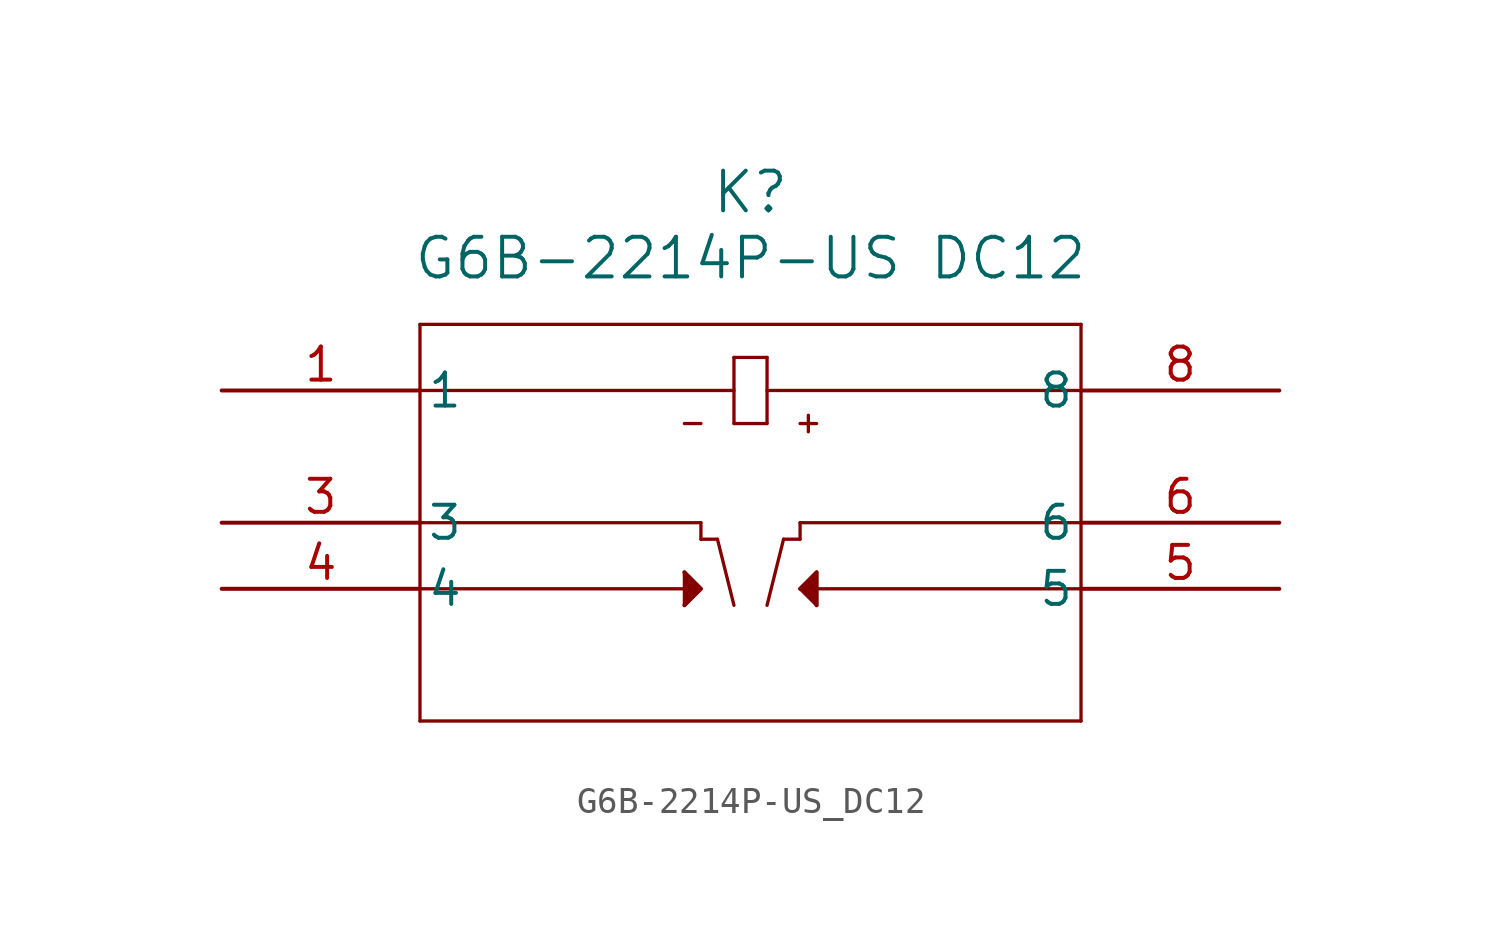
<source format=kicad_sym>
(kicad_symbol_lib
  (version 20211014)
  (generator kicad_symbol_editor)
  (symbol "G6B-2214P-US_DC12"
    (pin_names
      (offset 0.254))
    (property "Reference" "K"
      (at 20.32 7.62 0)
      (effects (font (size 1.524 1.524))))
    (property "Value" "G6B-2214P-US DC12"
      (at 20.32 5.08 0)
      (effects (font (size 1.524 1.524))))
    (symbol "G6B-2214P-US_DC12_0_1"
      (polyline (pts (xy 7.62 2.54) (xy 7.62 -12.7)) (stroke (width 0.127) (type default) (color 0 0 0 0)) (fill (type none)))
      (polyline (pts (xy 7.62 -12.7) (xy 33.02 -12.7)) (stroke (width 0.127) (type default) (color 0 0 0 0)) (fill (type none)))
      (polyline (pts (xy 33.02 -12.7) (xy 33.02 2.54)) (stroke (width 0.127) (type default) (color 0 0 0 0)) (fill (type none)))
      (polyline (pts (xy 33.02 2.54) (xy 7.62 2.54)) (stroke (width 0.127) (type default) (color 0 0 0 0)) (fill (type none)))
      (polyline (pts (xy 7.62 0) (xy 19.685 0)) (stroke (width 0.127) (type default) (color 0 0 0 0)) (fill (type none)))
      (polyline (pts (xy 19.685 1.27) (xy 19.685 -1.27)) (stroke (width 0.127) (type default) (color 0 0 0 0)) (fill (type none)))
      (polyline (pts (xy 20.955 1.27) (xy 20.955 -1.27)) (stroke (width 0.127) (type default) (color 0 0 0 0)) (fill (type none)))
      (polyline (pts (xy 19.685 -1.27) (xy 20.955 -1.27)) (stroke (width 0.127) (type default) (color 0 0 0 0)) (fill (type none)))
      (polyline (pts (xy 19.685 1.27) (xy 20.955 1.27)) (stroke (width 0.127) (type default) (color 0 0 0 0)) (fill (type none)))
      (polyline (pts (xy 20.955 0) (xy 33.02 0)) (stroke (width 0.127) (type default) (color 0 0 0 0)) (fill (type none)))
      (polyline (pts (xy 17.78 -1.27) (xy 18.415 -1.27)) (stroke (width 0.127) (type default) (color 0 0 0 0)) (fill (type none)))
      (polyline (pts (xy 22.225 -1.27) (xy 22.86 -1.27)) (stroke (width 0.127) (type default) (color 0 0 0 0)) (fill (type none)))
      (polyline (pts (xy 22.543 -1.587) (xy 22.543 -0.953)) (stroke (width 0.127) (type default) (color 0 0 0 0)) (fill (type none)))
      (polyline (pts (xy 19.685 -8.255) (xy 19.05 -5.715)) (stroke (width 0.127) (type default) (color 0 0 0 0)) (fill (type none)))
      (polyline (pts (xy 20.955 -8.255) (xy 21.59 -5.715)) (stroke (width 0.127) (type default) (color 0 0 0 0)) (fill (type none)))
      (polyline (pts (xy 18.415 -7.62) (xy 17.78 -6.985)) (stroke (width 0.127) (type default) (color 0 0 0 0)) (fill (type none)))
      (polyline (pts (xy 17.78 -6.985) (xy 17.78 -8.255)) (stroke (width 0.127) (type default) (color 0 0 0 0)) (fill (type none)))
      (polyline (pts (xy 17.78 -8.255) (xy 18.415 -7.62)) (stroke (width 0.127) (type default) (color 0 0 0 0)) (fill (type none)))
      (polyline (pts (xy 22.225 -7.62) (xy 22.86 -6.985)) (stroke (width 0.127) (type default) (color 0 0 0 0)) (fill (type none)))
      (polyline (pts (xy 22.225 -7.62) (xy 22.86 -8.255)) (stroke (width 0.127) (type default) (color 0 0 0 0)) (fill (type none)))
      (polyline (pts (xy 22.86 -6.985) (xy 22.86 -8.255)) (stroke (width 0.127) (type default) (color 0 0 0 0)) (fill (type none)))
      (polyline (pts (xy 22.86 -7.62) (xy 33.02 -7.62)) (stroke (width 0.127) (type default) (color 0 0 0 0)) (fill (type none)))
      (polyline (pts (xy 7.62 -7.62) (xy 17.78 -7.62)) (stroke (width 0.127) (type default) (color 0 0 0 0)) (fill (type none)))
      (polyline (pts (xy 18.415 -5.715) (xy 18.415 -5.08)) (stroke (width 0.127) (type default) (color 0 0 0 0)) (fill (type none)))
      (polyline (pts (xy 22.225 -5.715) (xy 22.225 -5.08)) (stroke (width 0.127) (type default) (color 0 0 0 0)) (fill (type none)))
      (polyline (pts (xy 22.225 -5.08) (xy 33.02 -5.08)) (stroke (width 0.127) (type default) (color 0 0 0 0)) (fill (type none)))
      (polyline (pts (xy 18.415 -5.08) (xy 7.62 -5.08)) (stroke (width 0.127) (type default) (color 0 0 0 0)) (fill (type none)))
      (polyline (pts (xy 17.78 -6.985) (xy 18.415 -7.62) (xy 17.78 -8.255)) (stroke (width 0) (type default) (color 0 0 0 0)) (fill (type outline)))
      (polyline (pts (xy 22.86 -8.255) (xy 22.86 -6.985) (xy 22.225 -7.62)) (stroke (width 0) (type default) (color 0 0 0 0)) (fill (type outline)))
      (polyline (pts (xy 18.415 -5.715) (xy 19.05 -5.715)) (stroke (width 0.127) (type default) (color 0 0 0 0)) (fill (type none)))
      (polyline (pts (xy 21.59 -5.715) (xy 22.225 -5.715)) (stroke (width 0.127) (type default) (color 0 0 0 0)) (fill (type none)))
      (pin unspecified line (at 0 0 0) (length 7.62) (name "1" (effects (font (size 1.27 1.27)))) (number "1" (effects (font (size 1.27 1.27)))))
      (pin unspecified line (at 0 -5.08 0) (length 7.62) (name "3" (effects (font (size 1.27 1.27)))) (number "3" (effects (font (size 1.27 1.27)))))
      (pin unspecified line (at 0 -7.62 0) (length 7.62) (name "4" (effects (font (size 1.27 1.27)))) (number "4" (effects (font (size 1.27 1.27)))))
      (pin unspecified line (at 40.64 -7.62 180) (length 7.62) (name "5" (effects (font (size 1.27 1.27)))) (number "5" (effects (font (size 1.27 1.27)))))
      (pin unspecified line (at 40.64 -5.08 180) (length 7.62) (name "6" (effects (font (size 1.27 1.27)))) (number "6" (effects (font (size 1.27 1.27)))))
      (pin unspecified line (at 40.64 0 180) (length 7.62) (name "8" (effects (font (size 1.27 1.27)))) (number "8" (effects (font (size 1.27 1.27))))))))
</source>
